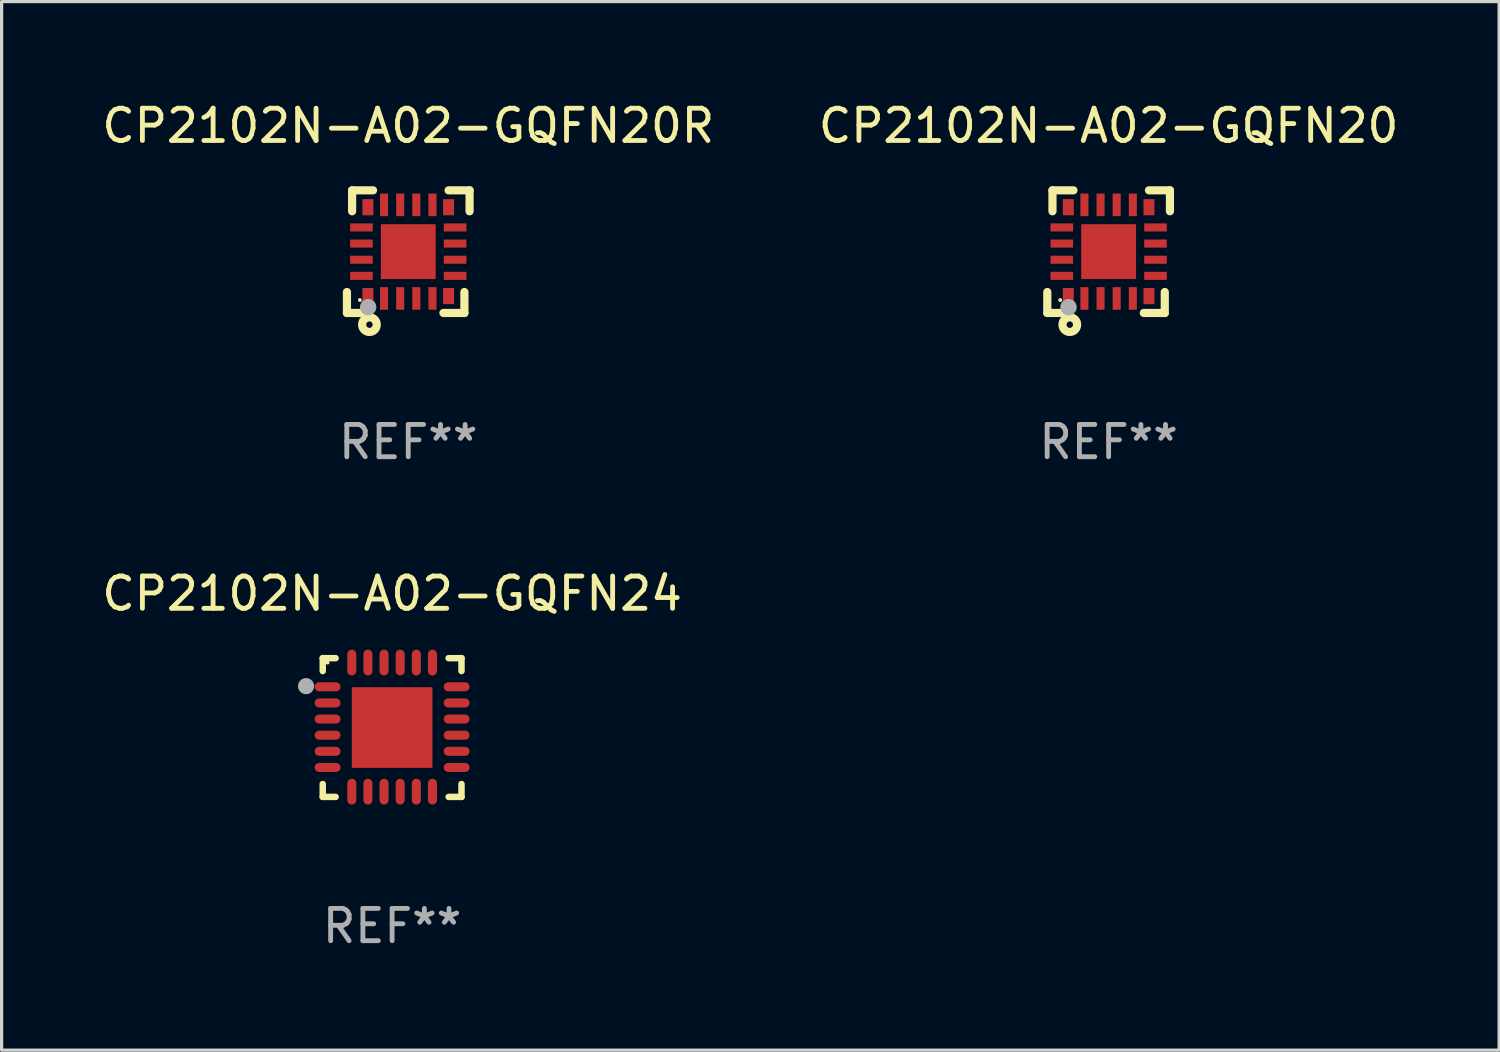
<source format=kicad_pcb>
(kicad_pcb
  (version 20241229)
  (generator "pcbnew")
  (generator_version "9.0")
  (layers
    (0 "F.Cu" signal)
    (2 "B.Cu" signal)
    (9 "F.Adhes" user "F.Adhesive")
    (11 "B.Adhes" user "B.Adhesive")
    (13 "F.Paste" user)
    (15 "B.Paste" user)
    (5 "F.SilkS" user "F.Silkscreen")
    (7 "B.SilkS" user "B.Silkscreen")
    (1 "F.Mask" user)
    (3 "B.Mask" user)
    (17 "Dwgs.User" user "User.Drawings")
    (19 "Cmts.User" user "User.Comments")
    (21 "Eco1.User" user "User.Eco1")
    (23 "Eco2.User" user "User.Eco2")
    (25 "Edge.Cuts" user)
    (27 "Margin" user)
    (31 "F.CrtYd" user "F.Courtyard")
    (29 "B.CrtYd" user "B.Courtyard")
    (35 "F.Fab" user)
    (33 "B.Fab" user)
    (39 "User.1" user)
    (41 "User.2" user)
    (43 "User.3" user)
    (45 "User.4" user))
  (footprint "CP2102N-A02-GQFN24"
    (layer "F.Cu")
    (at 9.101 19.495)
    (property "Reference" "CP2102N-A02-GQFN24" (at 0 -4.15 0) (layer "F.SilkS") (effects (font (size 1 1) (thickness 0.15))))
    (attr through_hole)
    (fp_line (start -2.15 -2.15) (end -1.75 -2.15) (stroke (width 0.2) (type solid)) (layer "F.SilkS"))
    (fp_line (start -2.15 -1.75) (end -2.15 -2.15) (stroke (width 0.2) (type solid)) (layer "F.SilkS"))
    (fp_line (start -2.15 2.15) (end -2.15 1.75) (stroke (width 0.2) (type solid)) (layer "F.SilkS"))
    (fp_line (start -1.75 2.15) (end -2.15 2.15) (stroke (width 0.2) (type solid)) (layer "F.SilkS"))
    (fp_line (start 1.75 -2.15) (end 2.15 -2.15) (stroke (width 0.2) (type solid)) (layer "F.SilkS"))
    (fp_line (start 1.75 2.15) (end 2.15 2.15) (stroke (width 0.2) (type solid)) (layer "F.SilkS"))
    (fp_line (start 2.15 -2.15) (end 2.15 -1.75) (stroke (width 0.2) (type solid)) (layer "F.SilkS"))
    (fp_line (start 2.15 2.15) (end 2.15 1.75) (stroke (width 0.2) (type solid)) (layer "F.SilkS"))
    (fp_circle (center -2 -2.013) (end -1.97 -2.013) (stroke (width 0.06) (type solid)) (fill no) (layer "F.SilkS"))
    (fp_circle (center -2.667 -1.283) (end -2.542 -1.283) (stroke (width 0.25) (type solid)) (fill no) (layer "F.Fab"))
    (fp_text user "REF**" (at 0 6.15 0) (layer "F.Fab") (effects (font (size 1 1) (thickness 0.15))))
    (pad "1" smd oval (at -2 -1.263) (size 0.8 0.28) (layers "F.Cu" "F.Mask" "F.Paste"))
    (pad "2" smd oval (at -2 -0.763) (size 0.8 0.28) (layers "F.Cu" "F.Mask" "F.Paste"))
    (pad "3" smd oval (at -2 -0.263) (size 0.8 0.28) (layers "F.Cu" "F.Mask" "F.Paste"))
    (pad "4" smd oval (at -2 0.237) (size 0.8 0.28) (layers "F.Cu" "F.Mask" "F.Paste"))
    (pad "5" smd oval (at -2 0.737) (size 0.8 0.28) (layers "F.Cu" "F.Mask" "F.Paste"))
    (pad "6" smd oval (at -2 1.237) (size 0.8 0.28) (layers "F.Cu" "F.Mask" "F.Paste"))
    (pad "7" smd oval (at -1.25 1.987) (size 0.28 0.8) (layers "F.Cu" "F.Mask" "F.Paste"))
    (pad "8" smd oval (at -0.75 1.987) (size 0.28 0.8) (layers "F.Cu" "F.Mask" "F.Paste"))
    (pad "9" smd oval (at -0.25 1.987) (size 0.28 0.8) (layers "F.Cu" "F.Mask" "F.Paste"))
    (pad "10" smd oval (at 0.25 1.987) (size 0.28 0.8) (layers "F.Cu" "F.Mask" "F.Paste"))
    (pad "11" smd oval (at 0.75 1.987) (size 0.28 0.8) (layers "F.Cu" "F.Mask" "F.Paste"))
    (pad "12" smd oval (at 1.25 1.987) (size 0.28 0.8) (layers "F.Cu" "F.Mask" "F.Paste"))
    (pad "13" smd oval (at 2 1.237) (size 0.8 0.28) (layers "F.Cu" "F.Mask" "F.Paste"))
    (pad "14" smd oval (at 2 0.737) (size 0.8 0.28) (layers "F.Cu" "F.Mask" "F.Paste"))
    (pad "15" smd oval (at 2 0.237) (size 0.8 0.28) (layers "F.Cu" "F.Mask" "F.Paste"))
    (pad "16" smd oval (at 2 -0.263) (size 0.8 0.28) (layers "F.Cu" "F.Mask" "F.Paste"))
    (pad "17" smd oval (at 2 -0.763) (size 0.8 0.28) (layers "F.Cu" "F.Mask" "F.Paste"))
    (pad "18" smd oval (at 2 -1.263) (size 0.8 0.28) (layers "F.Cu" "F.Mask" "F.Paste"))
    (pad "19" smd oval (at 1.25 -2.013) (size 0.28 0.8) (layers "F.Cu" "F.Mask" "F.Paste"))
    (pad "20" smd oval (at 0.75 -2.013) (size 0.28 0.8) (layers "F.Cu" "F.Mask" "F.Paste"))
    (pad "21" smd oval (at 0.25 -2.013) (size 0.28 0.8) (layers "F.Cu" "F.Mask" "F.Paste"))
    (pad "22" smd oval (at -0.25 -2.013) (size 0.28 0.8) (layers "F.Cu" "F.Mask" "F.Paste"))
    (pad "23" smd oval (at -0.75 -2.013) (size 0.28 0.8) (layers "F.Cu" "F.Mask" "F.Paste"))
    (pad "24" smd oval (at -1.25 -2.013) (size 0.28 0.8) (layers "F.Cu" "F.Mask" "F.Paste"))
    (pad "25" smd rect (at -0.000127 -0.00014) (size 2.5 2.5) (layers "F.Cu" "F.Mask" "F.Paste")))
  (footprint "CP2102N-A02-GQFN20"
    (layer "F.Cu")
    (at 31.304 4.748)
    (property "Reference" "CP2102N-A02-GQFN20" (at 0 -3.9 0) (layer "F.SilkS") (effects (font (size 1 1) (thickness 0.15))))
    (attr through_hole)
    (fp_line (start -1.9 1.9) (end -1.9 1.251) (stroke (width 0.254) (type solid)) (layer "F.SilkS"))
    (fp_line (start -1.9 1.9) (end -1.251 1.9) (stroke (width 0.254) (type solid)) (layer "F.SilkS"))
    (fp_line (start -1.74 -1.9) (end -1.74 -1.251) (stroke (width 0.254) (type solid)) (layer "F.SilkS"))
    (fp_line (start -1.74 -1.9) (end -1.091 -1.9) (stroke (width 0.254) (type solid)) (layer "F.SilkS"))
    (fp_line (start 1.74 1.9) (end 1.091 1.9) (stroke (width 0.254) (type solid)) (layer "F.SilkS"))
    (fp_line (start 1.74 1.9) (end 1.74 1.251) (stroke (width 0.254) (type solid)) (layer "F.SilkS"))
    (fp_line (start 1.9 -1.9) (end 1.251 -1.9) (stroke (width 0.254) (type solid)) (layer "F.SilkS"))
    (fp_line (start 1.9 -1.9) (end 1.9 -1.251) (stroke (width 0.254) (type solid)) (layer "F.SilkS"))
    (fp_circle (center -1.5 1.5) (end -1.47 1.5) (stroke (width 0.06) (type solid)) (fill no) (layer "F.SilkS"))
    (fp_circle (center -1.203 2.262) (end -1.103 2.262) (stroke (width 0.254) (type solid)) (fill no) (layer "F.SilkS"))
    (fp_circle (center -1.243 1.721) (end -1.116 1.721) (stroke (width 0.254) (type solid)) (fill no) (layer "F.Fab"))
    (fp_text user "REF**" (at 0 5.9 0) (layer "F.Fab") (effects (font (size 1 1) (thickness 0.15))))
    (pad "1" smd rect (at -1.25 1.377) (size 0.34 0.5) (layers "F.Cu" "F.Mask" "F.Paste"))
    (pad "2" smd rect (at -0.75 1.45) (size 0.25 0.7) (layers "F.Cu" "F.Mask" "F.Paste"))
    (pad "3" smd rect (at -0.25 1.45) (size 0.25 0.7) (layers "F.Cu" "F.Mask" "F.Paste"))
    (pad "4" smd rect (at 0.25 1.45) (size 0.25 0.7) (layers "F.Cu" "F.Mask" "F.Paste"))
    (pad "5" smd rect (at 0.75 1.45) (size 0.25 0.7) (layers "F.Cu" "F.Mask" "F.Paste"))
    (pad "6" smd rect (at 1.25 1.377) (size 0.34 0.5) (layers "F.Cu" "F.Mask" "F.Paste"))
    (pad "7" smd rect (at 1.453 0.75) (size 0.7 0.25) (layers "F.Cu" "F.Mask" "F.Paste"))
    (pad "8" smd rect (at 1.453 0.25) (size 0.7 0.25) (layers "F.Cu" "F.Mask" "F.Paste"))
    (pad "9" smd rect (at 1.453 -0.25) (size 0.7 0.25) (layers "F.Cu" "F.Mask" "F.Paste"))
    (pad "10" smd rect (at 1.453 -0.75) (size 0.7 0.25) (layers "F.Cu" "F.Mask" "F.Paste"))
    (pad "11" smd rect (at 1.25 -1.377) (size 0.34 0.5) (layers "F.Cu" "F.Mask" "F.Paste"))
    (pad "12" smd rect (at 0.75 -1.45) (size 0.25 0.7) (layers "F.Cu" "F.Mask" "F.Paste"))
    (pad "13" smd rect (at 0.25 -1.45) (size 0.25 0.7) (layers "F.Cu" "F.Mask" "F.Paste"))
    (pad "14" smd rect (at -0.25 -1.45) (size 0.25 0.7) (layers "F.Cu" "F.Mask" "F.Paste"))
    (pad "15" smd rect (at -0.75 -1.45) (size 0.25 0.7) (layers "F.Cu" "F.Mask" "F.Paste"))
    (pad "16" smd rect (at -1.25 -1.377) (size 0.34 0.5) (layers "F.Cu" "F.Mask" "F.Paste"))
    (pad "17" smd rect (at -1.45 -0.75) (size 0.7 0.25) (layers "F.Cu" "F.Mask" "F.Paste"))
    (pad "18" smd rect (at -1.45 -0.25) (size 0.7 0.25) (layers "F.Cu" "F.Mask" "F.Paste"))
    (pad "19" smd rect (at -1.45 0.25) (size 0.7 0.25) (layers "F.Cu" "F.Mask" "F.Paste"))
    (pad "20" smd rect (at -1.45 0.75) (size 0.7 0.25) (layers "F.Cu" "F.Mask" "F.Paste"))
    (pad "21" smd rect (at 0 0) (size 1.7 1.7) (layers "F.Cu" "F.Mask" "F.Paste")))
  (footprint "CP2102N-A02-GQFN20R"
    (layer "F.Cu")
    (at 9.601 4.748)
    (property "Reference" "CP2102N-A02-GQFN20R" (at 0 -3.9 0) (layer "F.SilkS") (effects (font (size 1 1) (thickness 0.15))))
    (attr through_hole)
    (fp_line (start -1.9 1.9) (end -1.9 1.251) (stroke (width 0.254) (type solid)) (layer "F.SilkS"))
    (fp_line (start -1.9 1.9) (end -1.251 1.9) (stroke (width 0.254) (type solid)) (layer "F.SilkS"))
    (fp_line (start -1.74 -1.9) (end -1.74 -1.251) (stroke (width 0.254) (type solid)) (layer "F.SilkS"))
    (fp_line (start -1.74 -1.9) (end -1.091 -1.9) (stroke (width 0.254) (type solid)) (layer "F.SilkS"))
    (fp_line (start 1.74 1.9) (end 1.091 1.9) (stroke (width 0.254) (type solid)) (layer "F.SilkS"))
    (fp_line (start 1.74 1.9) (end 1.74 1.251) (stroke (width 0.254) (type solid)) (layer "F.SilkS"))
    (fp_line (start 1.9 -1.9) (end 1.251 -1.9) (stroke (width 0.254) (type solid)) (layer "F.SilkS"))
    (fp_line (start 1.9 -1.9) (end 1.9 -1.251) (stroke (width 0.254) (type solid)) (layer "F.SilkS"))
    (fp_circle (center -1.5 1.5) (end -1.47 1.5) (stroke (width 0.06) (type solid)) (fill no) (layer "F.SilkS"))
    (fp_circle (center -1.203 2.262) (end -1.103 2.262) (stroke (width 0.254) (type solid)) (fill no) (layer "F.SilkS"))
    (fp_circle (center -1.243 1.721) (end -1.116 1.721) (stroke (width 0.254) (type solid)) (fill no) (layer "F.Fab"))
    (fp_text user "REF**" (at 0 5.9 0) (layer "F.Fab") (effects (font (size 1 1) (thickness 0.15))))
    (pad "1" smd rect (at -1.25 1.377) (size 0.34 0.5) (layers "F.Cu" "F.Mask" "F.Paste"))
    (pad "2" smd rect (at -0.75 1.45) (size 0.25 0.7) (layers "F.Cu" "F.Mask" "F.Paste"))
    (pad "3" smd rect (at -0.25 1.45) (size 0.25 0.7) (layers "F.Cu" "F.Mask" "F.Paste"))
    (pad "4" smd rect (at 0.25 1.45) (size 0.25 0.7) (layers "F.Cu" "F.Mask" "F.Paste"))
    (pad "5" smd rect (at 0.75 1.45) (size 0.25 0.7) (layers "F.Cu" "F.Mask" "F.Paste"))
    (pad "6" smd rect (at 1.25 1.377) (size 0.34 0.5) (layers "F.Cu" "F.Mask" "F.Paste"))
    (pad "7" smd rect (at 1.453 0.75) (size 0.7 0.25) (layers "F.Cu" "F.Mask" "F.Paste"))
    (pad "8" smd rect (at 1.453 0.25) (size 0.7 0.25) (layers "F.Cu" "F.Mask" "F.Paste"))
    (pad "9" smd rect (at 1.453 -0.25) (size 0.7 0.25) (layers "F.Cu" "F.Mask" "F.Paste"))
    (pad "10" smd rect (at 1.453 -0.75) (size 0.7 0.25) (layers "F.Cu" "F.Mask" "F.Paste"))
    (pad "11" smd rect (at 1.25 -1.377) (size 0.34 0.5) (layers "F.Cu" "F.Mask" "F.Paste"))
    (pad "12" smd rect (at 0.75 -1.45) (size 0.25 0.7) (layers "F.Cu" "F.Mask" "F.Paste"))
    (pad "13" smd rect (at 0.25 -1.45) (size 0.25 0.7) (layers "F.Cu" "F.Mask" "F.Paste"))
    (pad "14" smd rect (at -0.25 -1.45) (size 0.25 0.7) (layers "F.Cu" "F.Mask" "F.Paste"))
    (pad "15" smd rect (at -0.75 -1.45) (size 0.25 0.7) (layers "F.Cu" "F.Mask" "F.Paste"))
    (pad "16" smd rect (at -1.25 -1.377) (size 0.34 0.5) (layers "F.Cu" "F.Mask" "F.Paste"))
    (pad "17" smd rect (at -1.45 -0.75) (size 0.7 0.25) (layers "F.Cu" "F.Mask" "F.Paste"))
    (pad "18" smd rect (at -1.45 -0.25) (size 0.7 0.25) (layers "F.Cu" "F.Mask" "F.Paste"))
    (pad "19" smd rect (at -1.45 0.25) (size 0.7 0.25) (layers "F.Cu" "F.Mask" "F.Paste"))
    (pad "20" smd rect (at -1.45 0.75) (size 0.7 0.25) (layers "F.Cu" "F.Mask" "F.Paste"))
    (pad "21" smd rect (at 0 0) (size 1.7 1.7) (layers "F.Cu" "F.Mask" "F.Paste")))
  (gr_rect
    (start -3 -3)
    (end 43.405 29.493)
    (stroke (width 0.1) (type default))
    (fill no)
    (layer "Edge.Cuts")))
</source>
